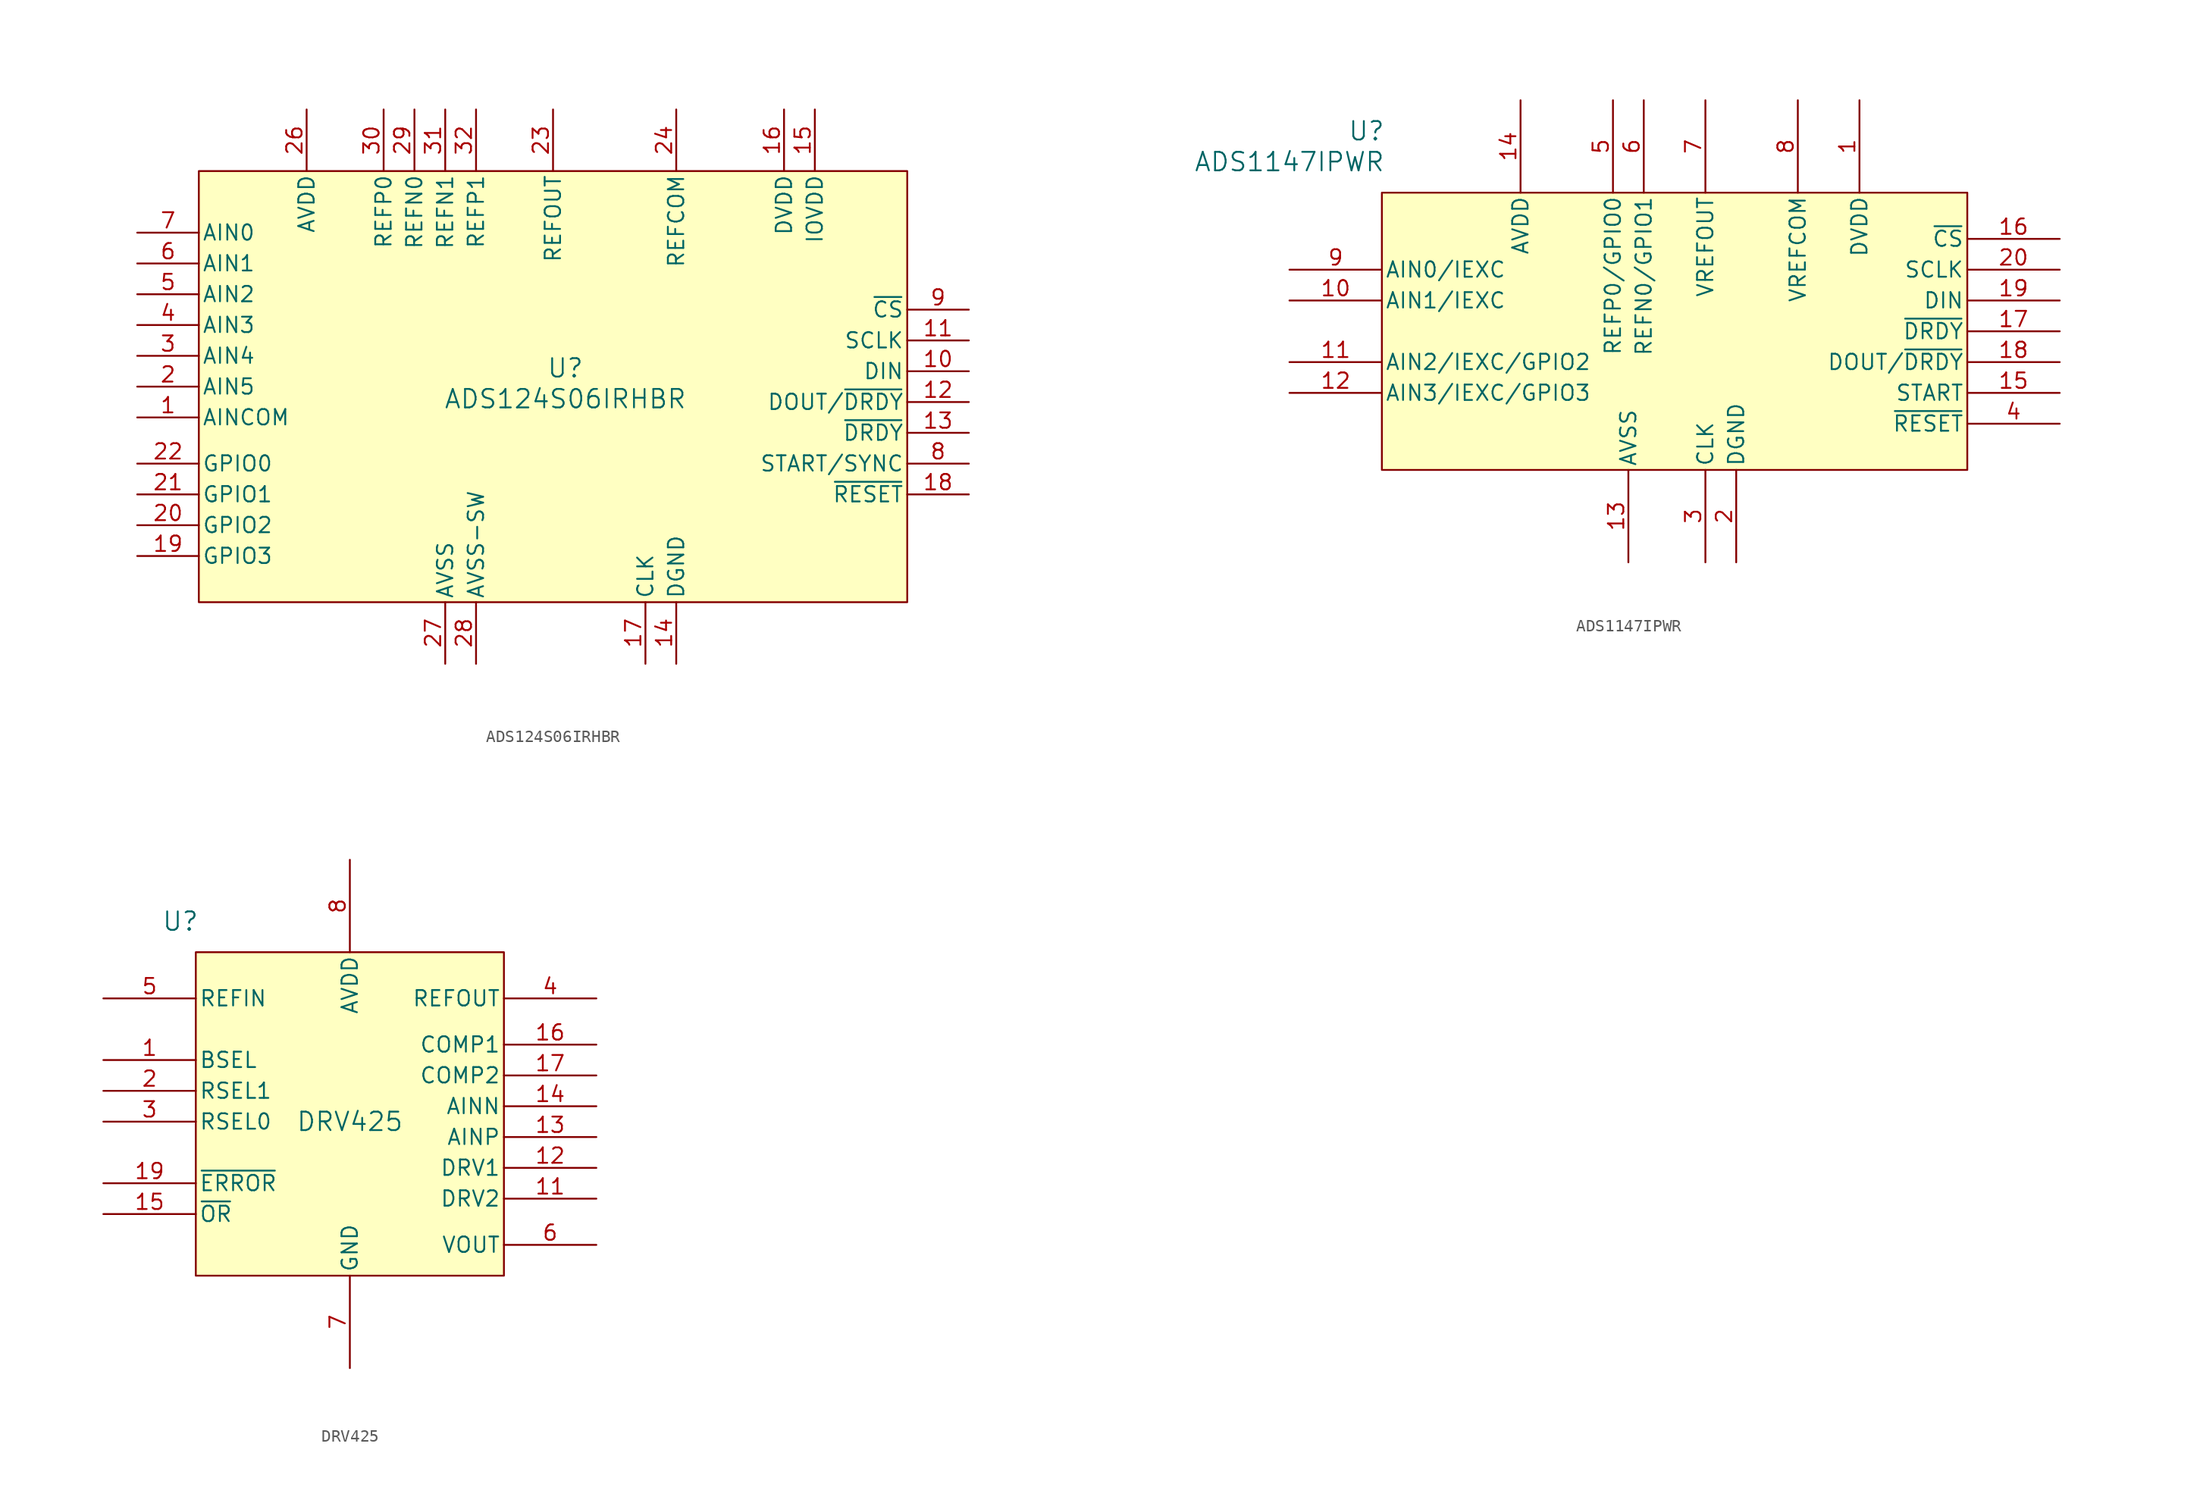
<source format=kicad_sym>
(kicad_symbol_lib
  (version 20231120)
  (generator "kicad_symbol_editor")
  (generator_version "8.0")
  (symbol "ADS124S06IRHBR"
    (pin_names
      (offset 0.254))
    (property "Reference" "U"
      (at 9.906 19.304 0)
      (effects (font (size 1.524 1.524))))
    (property "Value" "ADS124S06IRHBR"
      (at 9.906 16.764 0)
      (effects (font (size 1.524 1.524))))
    (property "ki_locked" ""
      (at 0 0 0)
      (effects (font (size 1.27 1.27))))
    (symbol "ADS124S06IRHBR_0_1"
      (pin input line (at -25.4 15.24 0) (length 5.08) (name "AINCOM" (effects (font (size 1.27 1.27)))) (number "1" (effects (font (size 1.27 1.27)))))
      (pin input line (at 43.18 19.05 180) (length 5.08) (name "DIN" (effects (font (size 1.27 1.27)))) (number "10" (effects (font (size 1.27 1.27)))))
      (pin input line (at 43.18 21.59 180) (length 5.08) (name "SCLK" (effects (font (size 1.27 1.27)))) (number "11" (effects (font (size 1.27 1.27)))))
      (pin power_in line (at 19.05 -5.08 90) (length 5.08) (name "DGND" (effects (font (size 1.27 1.27)))) (number "14" (effects (font (size 1.27 1.27)))))
      (pin power_in line (at 30.48 40.64 270) (length 5.08) (name "IOVDD" (effects (font (size 1.27 1.27)))) (number "15" (effects (font (size 1.27 1.27)))))
      (pin power_in line (at 27.94 40.64 270) (length 5.08) (name "DVDD" (effects (font (size 1.27 1.27)))) (number "16" (effects (font (size 1.27 1.27)))))
      (pin input line (at 16.51 -5.08 90) (length 5.08) (name "CLK" (effects (font (size 1.27 1.27)))) (number "17" (effects (font (size 1.27 1.27)))))
      (pin bidirectional line (at -25.4 3.81 0) (length 5.08) (name "GPIO3" (effects (font (size 1.27 1.27)))) (number "19" (effects (font (size 1.27 1.27)))))
      (pin input line (at -25.4 17.78 0) (length 5.08) (name "AIN5" (effects (font (size 1.27 1.27)))) (number "2" (effects (font (size 1.27 1.27)))))
      (pin bidirectional line (at -25.4 6.35 0) (length 5.08) (name "GPIO2" (effects (font (size 1.27 1.27)))) (number "20" (effects (font (size 1.27 1.27)))))
      (pin bidirectional line (at -25.4 8.89 0) (length 5.08) (name "GPIO1" (effects (font (size 1.27 1.27)))) (number "21" (effects (font (size 1.27 1.27)))))
      (pin bidirectional line (at -25.4 11.43 0) (length 5.08) (name "GPIO0" (effects (font (size 1.27 1.27)))) (number "22" (effects (font (size 1.27 1.27)))))
      (pin output line (at 8.89 40.64 270) (length 5.08) (name "REFOUT" (effects (font (size 1.27 1.27)))) (number "23" (effects (font (size 1.27 1.27)))))
      (pin output line (at 19.05 40.64 270) (length 5.08) (name "REFCOM" (effects (font (size 1.27 1.27)))) (number "24" (effects (font (size 1.27 1.27)))))
      (pin power_in line (at -11.43 40.64 270) (length 5.08) (name "AVDD" (effects (font (size 1.27 1.27)))) (number "26" (effects (font (size 1.27 1.27)))))
      (pin power_in line (at 0 -5.08 90) (length 5.08) (name "AVSS" (effects (font (size 1.27 1.27)))) (number "27" (effects (font (size 1.27 1.27)))))
      (pin power_in line (at 2.54 -5.08 90) (length 5.08) (name "AVSS-SW" (effects (font (size 1.27 1.27)))) (number "28" (effects (font (size 1.27 1.27)))))
      (pin input line (at -2.54 40.64 270) (length 5.08) (name "REFN0" (effects (font (size 1.27 1.27)))) (number "29" (effects (font (size 1.27 1.27)))))
      (pin input line (at -25.4 20.32 0) (length 5.08) (name "AIN4" (effects (font (size 1.27 1.27)))) (number "3" (effects (font (size 1.27 1.27)))))
      (pin input line (at -5.08 40.64 270) (length 5.08) (name "REFP0" (effects (font (size 1.27 1.27)))) (number "30" (effects (font (size 1.27 1.27)))))
      (pin input line (at 0 40.64 270) (length 5.08) (name "REFN1" (effects (font (size 1.27 1.27)))) (number "31" (effects (font (size 1.27 1.27)))))
      (pin input line (at 2.54 40.64 270) (length 5.08) (name "REFP1" (effects (font (size 1.27 1.27)))) (number "32" (effects (font (size 1.27 1.27)))))
      (pin input line (at -25.4 22.86 0) (length 5.08) (name "AIN3" (effects (font (size 1.27 1.27)))) (number "4" (effects (font (size 1.27 1.27)))))
      (pin input line (at -25.4 25.4 0) (length 5.08) (name "AIN2" (effects (font (size 1.27 1.27)))) (number "5" (effects (font (size 1.27 1.27)))))
      (pin input line (at -25.4 27.94 0) (length 5.08) (name "AIN1" (effects (font (size 1.27 1.27)))) (number "6" (effects (font (size 1.27 1.27)))))
      (pin input line (at -25.4 30.48 0) (length 5.08) (name "AIN0" (effects (font (size 1.27 1.27)))) (number "7" (effects (font (size 1.27 1.27))))))
    (symbol "ADS124S06IRHBR_1_1"
      (rectangle (start -20.32 35.56) (end 38.1 0) (stroke (width 0) (type default)) (fill (type background)))
      (pin output line (at 43.18 16.51 180) (length 5.08) (name "DOUT/~{DRDY}" (effects (font (size 1.27 1.27)))) (number "12" (effects (font (size 1.27 1.27)))))
      (pin output line (at 43.18 13.97 180) (length 5.08) (name "~{DRDY}" (effects (font (size 1.27 1.27)))) (number "13" (effects (font (size 1.27 1.27)))))
      (pin input line (at 43.18 8.89 180) (length 5.08) (name "~{RESET}" (effects (font (size 1.27 1.27)))) (number "18" (effects (font (size 1.27 1.27)))))
      (pin no_connect line (at 43.18 26.67 180) (length 5.08) hide (name "NC" (effects (font (size 1.27 1.27)))) (number "25" (effects (font (size 1.27 1.27)))))
      (pin power_in line (at 0 -5.08 90) (length 5.08) hide (name "PAD" (effects (font (size 1.27 1.27)))) (number "33" (effects (font (size 1.27 1.27)))))
      (pin input line (at 43.18 11.43 180) (length 5.08) (name "START/SYNC" (effects (font (size 1.27 1.27)))) (number "8" (effects (font (size 1.27 1.27)))))
      (pin input line (at 43.18 24.13 180) (length 5.08) (name "~{CS}" (effects (font (size 1.27 1.27)))) (number "9" (effects (font (size 1.27 1.27)))))))
  (symbol "ADS1147IPWR"
    (pin_names
      (offset 0.254))
    (property "Reference" "U"
      (at 38.1 8.89 0)
      (effects (font (size 1.524 1.524))))
    (property "Value" "ADS1147IPWR"
      (at 31.75 6.35 0)
      (effects (font (size 1.524 1.524))))
    (property "ki_locked" ""
      (at 0 0 0)
      (effects (font (size 1.27 1.27))))
    (symbol "ADS1147IPWR_0_1"
      (pin power_in line (at 78.74 11.43 270) (length 7.62) (name "DVDD" (effects (font (size 1.27 1.27)))) (number "1" (effects (font (size 1.27 1.27)))))
      (pin input line (at 31.75 -5.08 0) (length 7.62) (name "AIN1/IEXC" (effects (font (size 1.27 1.27)))) (number "10" (effects (font (size 1.27 1.27)))))
      (pin bidirectional line (at 31.75 -10.16 0) (length 7.62) (name "AIN2/IEXC/GPIO2" (effects (font (size 1.27 1.27)))) (number "11" (effects (font (size 1.27 1.27)))))
      (pin bidirectional line (at 31.75 -12.7 0) (length 7.62) (name "AIN3/IEXC/GPIO3" (effects (font (size 1.27 1.27)))) (number "12" (effects (font (size 1.27 1.27)))))
      (pin power_in line (at 59.69 -26.67 90) (length 7.62) (name "AVSS" (effects (font (size 1.27 1.27)))) (number "13" (effects (font (size 1.27 1.27)))))
      (pin power_in line (at 50.8 11.43 270) (length 7.62) (name "AVDD" (effects (font (size 1.27 1.27)))) (number "14" (effects (font (size 1.27 1.27)))))
      (pin input line (at 95.25 -12.7 180) (length 7.62) (name "START" (effects (font (size 1.27 1.27)))) (number "15" (effects (font (size 1.27 1.27)))))
      (pin input line (at 95.25 -5.08 180) (length 7.62) (name "DIN" (effects (font (size 1.27 1.27)))) (number "19" (effects (font (size 1.27 1.27)))))
      (pin power_in line (at 68.58 -26.67 90) (length 7.62) (name "DGND" (effects (font (size 1.27 1.27)))) (number "2" (effects (font (size 1.27 1.27)))))
      (pin input line (at 95.25 -2.54 180) (length 7.62) (name "SCLK" (effects (font (size 1.27 1.27)))) (number "20" (effects (font (size 1.27 1.27)))))
      (pin input line (at 66.04 -26.67 90) (length 7.62) (name "CLK" (effects (font (size 1.27 1.27)))) (number "3" (effects (font (size 1.27 1.27)))))
      (pin bidirectional line (at 58.42 11.43 270) (length 7.62) (name "REFP0/GPIO0" (effects (font (size 1.27 1.27)))) (number "5" (effects (font (size 1.27 1.27)))))
      (pin bidirectional line (at 60.96 11.43 270) (length 7.62) (name "REFN0/GPIO1" (effects (font (size 1.27 1.27)))) (number "6" (effects (font (size 1.27 1.27)))))
      (pin output line (at 66.04 11.43 270) (length 7.62) (name "VREFOUT" (effects (font (size 1.27 1.27)))) (number "7" (effects (font (size 1.27 1.27)))))
      (pin output line (at 73.66 11.43 270) (length 7.62) (name "VREFCOM" (effects (font (size 1.27 1.27)))) (number "8" (effects (font (size 1.27 1.27)))))
      (pin input line (at 31.75 -2.54 0) (length 7.62) (name "AIN0/IEXC" (effects (font (size 1.27 1.27)))) (number "9" (effects (font (size 1.27 1.27))))))
    (symbol "ADS1147IPWR_1_1"
      (rectangle (start 39.37 3.81) (end 87.63 -19.05) (stroke (width 0) (type default)) (fill (type background)))
      (pin input line (at 95.25 0 180) (length 7.62) (name "~{CS}" (effects (font (size 1.27 1.27)))) (number "16" (effects (font (size 1.27 1.27)))))
      (pin output line (at 95.25 -7.62 180) (length 7.62) (name "~{DRDY}" (effects (font (size 1.27 1.27)))) (number "17" (effects (font (size 1.27 1.27)))))
      (pin output line (at 95.25 -10.16 180) (length 7.62) (name "DOUT/~{DRDY}" (effects (font (size 1.27 1.27)))) (number "18" (effects (font (size 1.27 1.27)))))
      (pin input line (at 95.25 -15.24 180) (length 7.62) (name "~{RESET}" (effects (font (size 1.27 1.27)))) (number "4" (effects (font (size 1.27 1.27)))))))
  (symbol "DRV425"
    (pin_names
      (offset 0.254))
    (property "Reference" "U"
      (at 7.62 6.35 0)
      (effects (font (size 1.524 1.524))))
    (property "Value" "DRV425"
      (at 21.59 -10.16 0)
      (effects (font (size 1.524 1.524))))
    (property "ki_locked" ""
      (at 0 0 0)
      (effects (font (size 1.27 1.27))))
    (symbol "DRV425_0_1"
      (pin input line (at 1.27 -5.08 0) (length 7.62) (name "BSEL" (effects (font (size 1.27 1.27)))) (number "1" (effects (font (size 1.27 1.27)))))
      (pin output line (at 41.91 -16.51 180) (length 7.62) (name "DRV2" (effects (font (size 1.27 1.27)))) (number "11" (effects (font (size 1.27 1.27)))))
      (pin output line (at 41.91 -13.97 180) (length 7.62) (name "DRV1" (effects (font (size 1.27 1.27)))) (number "12" (effects (font (size 1.27 1.27)))))
      (pin input line (at 41.91 -11.43 180) (length 7.62) (name "AINP" (effects (font (size 1.27 1.27)))) (number "13" (effects (font (size 1.27 1.27)))))
      (pin input line (at 41.91 -8.89 180) (length 7.62) (name "AINN" (effects (font (size 1.27 1.27)))) (number "14" (effects (font (size 1.27 1.27)))))
      (pin input line (at 41.91 -3.81 180) (length 7.62) (name "COMP1" (effects (font (size 1.27 1.27)))) (number "16" (effects (font (size 1.27 1.27)))))
      (pin input line (at 41.91 -6.35 180) (length 7.62) (name "COMP2" (effects (font (size 1.27 1.27)))) (number "17" (effects (font (size 1.27 1.27)))))
      (pin input line (at 1.27 -7.62 0) (length 7.62) (name "RSEL1" (effects (font (size 1.27 1.27)))) (number "2" (effects (font (size 1.27 1.27)))))
      (pin input line (at 1.27 -10.16 0) (length 7.62) (name "RSEL0" (effects (font (size 1.27 1.27)))) (number "3" (effects (font (size 1.27 1.27)))))
      (pin output line (at 41.91 0 180) (length 7.62) (name "REFOUT" (effects (font (size 1.27 1.27)))) (number "4" (effects (font (size 1.27 1.27)))))
      (pin input line (at 1.27 0 0) (length 7.62) (name "REFIN" (effects (font (size 1.27 1.27)))) (number "5" (effects (font (size 1.27 1.27)))))
      (pin output line (at 41.91 -20.32 180) (length 7.62) (name "VOUT" (effects (font (size 1.27 1.27)))) (number "6" (effects (font (size 1.27 1.27)))))
      (pin power_out line (at 21.59 -30.48 90) (length 7.62) (name "GND" (effects (font (size 1.27 1.27)))) (number "7" (effects (font (size 1.27 1.27))))))
    (symbol "DRV425_1_1"
      (rectangle (start 8.89 3.81) (end 34.29 -22.86) (stroke (width 0) (type default)) (fill (type background)))
      (pin power_out line (at 21.59 -30.48 90) (length 7.62) hide (name "GND" (effects (font (size 1.27 1.27)))) (number "10" (effects (font (size 1.27 1.27)))))
      (pin output line (at 1.27 -17.78 0) (length 7.62) (name "~{OR}" (effects (font (size 1.27 1.27)))) (number "15" (effects (font (size 1.27 1.27)))))
      (pin power_out line (at 21.59 -30.48 90) (length 7.62) hide (name "GND" (effects (font (size 1.27 1.27)))) (number "18" (effects (font (size 1.27 1.27)))))
      (pin output line (at 1.27 -15.24 0) (length 7.62) (name "~{ERROR}" (effects (font (size 1.27 1.27)))) (number "19" (effects (font (size 1.27 1.27)))))
      (pin power_out line (at 21.59 -30.48 90) (length 7.62) hide (name "GND" (effects (font (size 1.27 1.27)))) (number "20" (effects (font (size 1.27 1.27)))))
      (pin power_out line (at 21.59 -30.48 90) (length 7.62) hide (name "GND" (effects (font (size 1.27 1.27)))) (number "21" (effects (font (size 1.27 1.27)))))
      (pin power_in line (at 21.59 11.43 270) (length 7.62) (name "AVDD" (effects (font (size 1.27 1.27)))) (number "8" (effects (font (size 1.27 1.27)))))
      (pin power_in line (at 21.59 11.43 270) (length 7.62) hide (name "AVDD" (effects (font (size 1.27 1.27)))) (number "9" (effects (font (size 1.27 1.27))))))))
</source>
